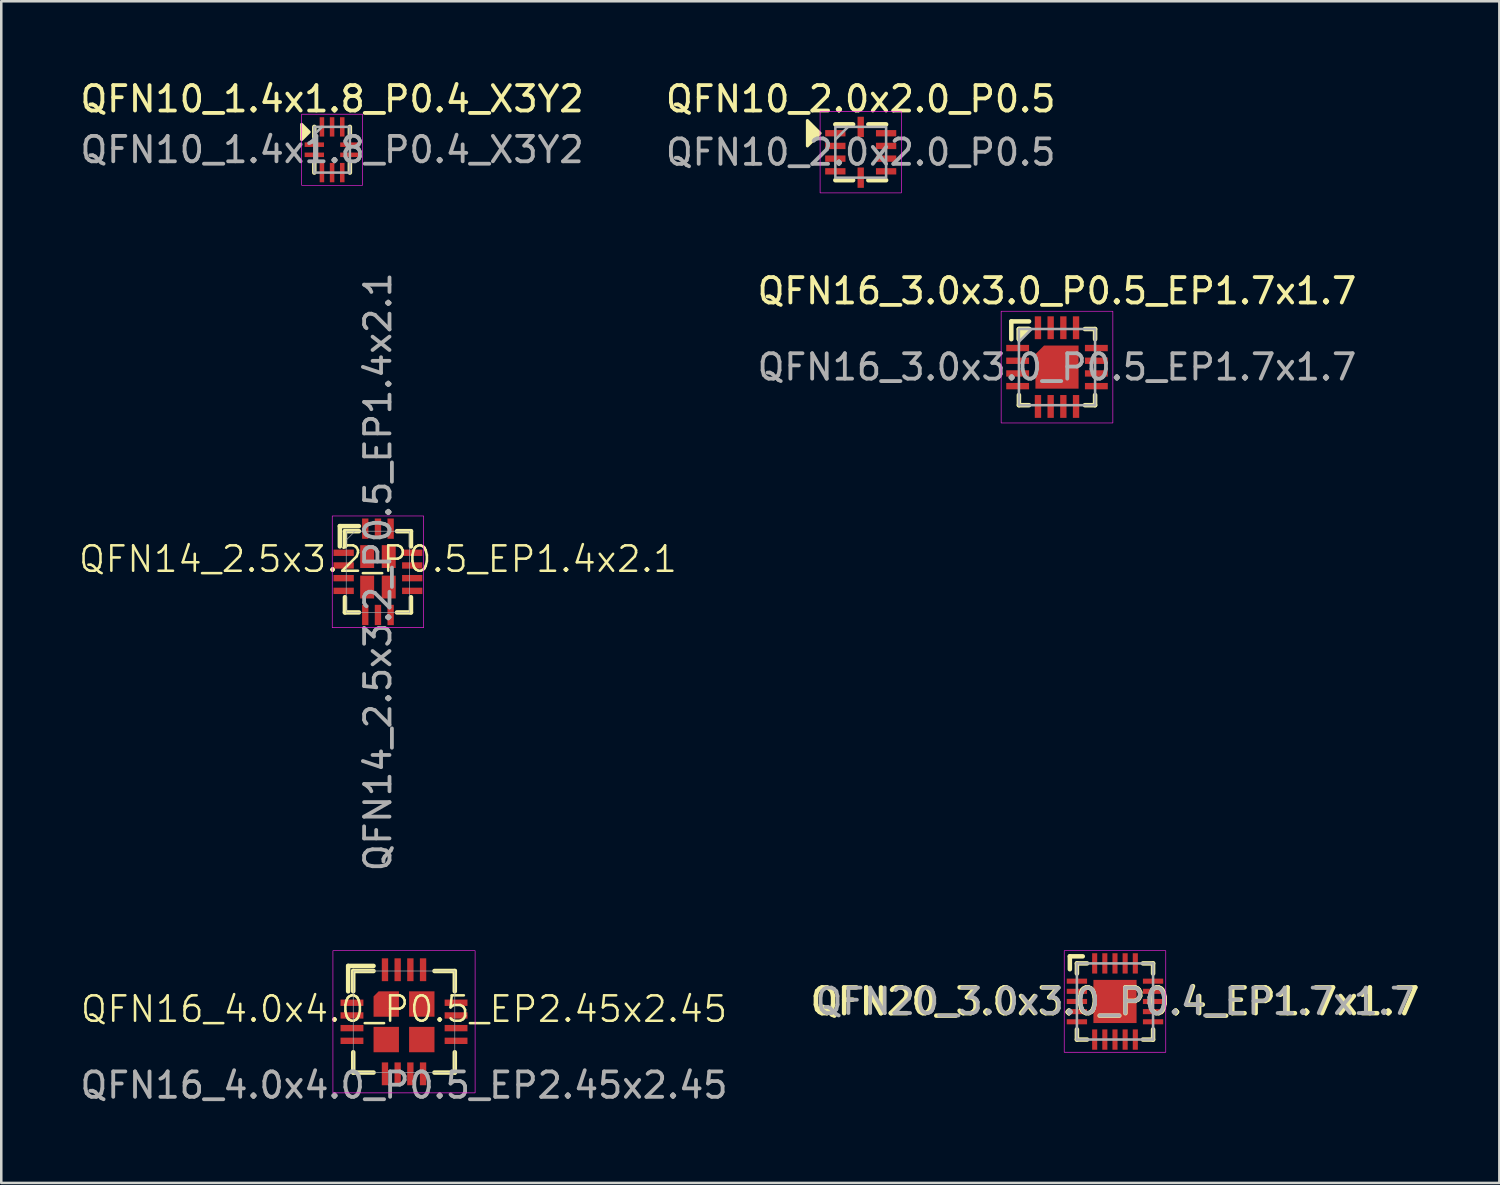
<source format=kicad_pcb>
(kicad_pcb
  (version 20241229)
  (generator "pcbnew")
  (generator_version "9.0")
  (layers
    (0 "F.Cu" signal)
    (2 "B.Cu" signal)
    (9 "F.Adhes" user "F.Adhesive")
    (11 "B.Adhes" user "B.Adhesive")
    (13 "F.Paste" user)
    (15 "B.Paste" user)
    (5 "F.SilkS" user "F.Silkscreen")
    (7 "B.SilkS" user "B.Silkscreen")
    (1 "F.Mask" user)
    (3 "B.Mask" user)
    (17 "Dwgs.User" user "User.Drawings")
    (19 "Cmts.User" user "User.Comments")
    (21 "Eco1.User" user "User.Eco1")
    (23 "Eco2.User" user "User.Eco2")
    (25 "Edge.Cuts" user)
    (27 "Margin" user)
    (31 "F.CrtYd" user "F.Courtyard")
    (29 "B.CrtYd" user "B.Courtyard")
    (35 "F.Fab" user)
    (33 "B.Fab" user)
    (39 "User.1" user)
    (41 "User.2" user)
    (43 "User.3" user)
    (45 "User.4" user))
  (footprint "QFN10_2.0x2.0_P0.5"
    (layer "F.Cu")
    (at 30.851 2.948)
    (property "Reference" "QFN10_2.0x2.0_P0.5" (at 0 -2.1 0) (unlocked yes) (layer "F.SilkS") (effects (font (size 1 1) (thickness 0.15))))
    (attr smd)
    (fp_line (start -1 -1.1) (end -0.3 -1.1) (stroke (width 0.178) (type solid)) (layer "F.SilkS"))
    (fp_line (start -1 1.1) (end -0.3 1.1) (stroke (width 0.178) (type solid)) (layer "F.SilkS"))
    (fp_line (start 0.3 -1.1) (end 1 -1.1) (stroke (width 0.178) (type solid)) (layer "F.SilkS"))
    (fp_line (start 0.3 1.1) (end 1 1.1) (stroke (width 0.178) (type solid)) (layer "F.SilkS"))
    (fp_poly (pts (xy -1.6 -0.75) (xy -2.1 -0.25) (xy -2.1 -1.25)) (stroke (width 0.12) (type solid)) (fill yes) (layer "F.SilkS"))
    (fp_rect (start -1.6 -1.6) (end 1.6 1.6) (stroke (width 0.025) (type solid)) (fill no) (layer "F.CrtYd"))
    (fp_line (start -1 -0.5) (end -0.5 -1) (stroke (width 0.1) (type solid)) (layer "F.Fab"))
    (fp_rect (start -1 1) (end 1 -1) (stroke (width 0.1) (type solid)) (fill no) (layer "F.Fab"))
    (fp_text user "${REFERENCE}" (at 0 0 0) (unlocked yes) (layer "F.Fab") (effects (font (size 1 1) (thickness 0.15))))
    (pad "1" smd roundrect (at -1 -0.75) (size 0.8 0.25) (layers "F.Cu" "F.Mask" "F.Paste") (roundrect_rratio 0) (chamfer_ratio 0.25) (chamfer top_right))
    (pad "2" smd rect (at -1 -0.25) (size 0.8 0.25) (layers "F.Cu" "F.Mask" "F.Paste"))
    (pad "3" smd rect (at -1 0.25) (size 0.8 0.25) (layers "F.Cu" "F.Mask" "F.Paste"))
    (pad "4" smd rect (at -1 0.75) (size 0.8 0.25) (layers "F.Cu" "F.Mask" "F.Paste"))
    (pad "5" smd rect (at 0 1) (size 0.25 0.8) (layers "F.Cu" "F.Mask" "F.Paste"))
    (pad "6" smd rect (at 1 0.75) (size 0.8 0.25) (layers "F.Cu" "F.Mask" "F.Paste"))
    (pad "7" smd rect (at 1 0.25) (size 0.8 0.25) (layers "F.Cu" "F.Mask" "F.Paste"))
    (pad "8" smd rect (at 1 -0.25) (size 0.8 0.25) (layers "F.Cu" "F.Mask" "F.Paste"))
    (pad "9" smd rect (at 1 -0.75) (size 0.8 0.25) (layers "F.Cu" "F.Mask" "F.Paste"))
    (pad "10" smd rect (at 0 -1) (size 0.25 0.8) (layers "F.Cu" "F.Mask" "F.Paste")))
  (footprint "QFN16_3.0x3.0_P0.5_EP1.7x1.7"
    (layer "F.Cu")
    (at 38.582 11.409)
    (property "Reference" "QFN16_3.0x3.0_P0.5_EP1.7x1.7" (at 0 -3 0) (unlocked yes) (layer "F.SilkS") (effects (font (size 1 1) (thickness 0.15))))
    (attr smd)
    (fp_line (start -1.8 -1.8) (end -1.1 -1.8) (stroke (width 0.178) (type solid)) (layer "F.SilkS"))
    (fp_line (start -1.8 -1.1) (end -1.8 -1.8) (stroke (width 0.178) (type solid)) (layer "F.SilkS"))
    (fp_line (start -1.5 -1.5) (end -1.1 -1.5) (stroke (width 0.178) (type solid)) (layer "F.SilkS"))
    (fp_line (start -1.5 -1.1) (end -1.5 -1.5) (stroke (width 0.178) (type solid)) (layer "F.SilkS"))
    (fp_line (start -1.5 1.1) (end -1.5 1.5) (stroke (width 0.178) (type solid)) (layer "F.SilkS"))
    (fp_line (start -1.5 1.5) (end -1.1 1.5) (stroke (width 0.178) (type solid)) (layer "F.SilkS"))
    (fp_line (start 1.1 -1.5) (end 1.5 -1.5) (stroke (width 0.178) (type solid)) (layer "F.SilkS"))
    (fp_line (start 1.1 1.5) (end 1.5 1.5) (stroke (width 0.178) (type solid)) (layer "F.SilkS"))
    (fp_line (start 1.5 -1.5) (end 1.5 -1.1) (stroke (width 0.178) (type solid)) (layer "F.SilkS"))
    (fp_line (start 1.5 1.5) (end 1.5 1.1) (stroke (width 0.178) (type solid)) (layer "F.SilkS"))
    (fp_poly (pts (xy -1.5 -1.1) (xy -1.5 -1.5) (xy -1.1 -1.5)) (stroke (width 0.178) (type solid)) (fill yes) (layer "F.SilkS"))
    (fp_rect (start -2.2 -2.2) (end 2.2 2.2) (stroke (width 0.025) (type solid)) (fill no) (layer "F.CrtYd"))
    (fp_line (start -1.5 -1) (end -1 -1.5) (stroke (width 0.1) (type solid)) (layer "F.Fab"))
    (fp_rect (start -1.5 -1.5) (end 1.5 1.5) (stroke (width 0.1) (type solid)) (fill no) (layer "F.Fab"))
    (fp_text user "${REFERENCE}" (at 0 0 0) (unlocked yes) (layer "F.Fab") (effects (font (size 1 1) (thickness 0.15))))
    (pad "1" smd rect (at -1.55 -0.75) (size 0.9 0.25) (layers "F.Cu" "F.Mask" "F.Paste"))
    (pad "2" smd rect (at -1.55 -0.25) (size 0.9 0.25) (layers "F.Cu" "F.Mask" "F.Paste"))
    (pad "3" smd rect (at -1.55 0.25) (size 0.9 0.25) (layers "F.Cu" "F.Mask" "F.Paste"))
    (pad "4" smd rect (at -1.55 0.75) (size 0.9 0.25) (layers "F.Cu" "F.Mask" "F.Paste"))
    (pad "5" smd rect (at -0.75 1.55) (size 0.25 0.9) (layers "F.Cu" "F.Mask" "F.Paste"))
    (pad "6" smd rect (at -0.25 1.55) (size 0.25 0.9) (layers "F.Cu" "F.Mask" "F.Paste"))
    (pad "7" smd rect (at 0.25 1.55) (size 0.25 0.9) (layers "F.Cu" "F.Mask" "F.Paste"))
    (pad "8" smd rect (at 0.75 1.55) (size 0.25 0.9) (layers "F.Cu" "F.Mask" "F.Paste"))
    (pad "9" smd rect (at 1.55 0.75) (size 0.9 0.25) (layers "F.Cu" "F.Mask" "F.Paste"))
    (pad "10" smd rect (at 1.55 0.25) (size 0.9 0.25) (layers "F.Cu" "F.Mask" "F.Paste"))
    (pad "11" smd rect (at 1.55 -0.25) (size 0.9 0.25) (layers "F.Cu" "F.Mask" "F.Paste"))
    (pad "12" smd rect (at 1.55 -0.75) (size 0.9 0.25) (layers "F.Cu" "F.Mask" "F.Paste"))
    (pad "13" smd rect (at 0.75 -1.55) (size 0.25 0.9) (layers "F.Cu" "F.Mask" "F.Paste"))
    (pad "14" smd rect (at 0.25 -1.55) (size 0.25 0.9) (layers "F.Cu" "F.Mask" "F.Paste"))
    (pad "15" smd rect (at -0.25 -1.55) (size 0.25 0.9) (layers "F.Cu" "F.Mask" "F.Paste"))
    (pad "16" smd rect (at -0.75 -1.55) (size 0.25 0.9) (layers "F.Cu" "F.Mask" "F.Paste"))
    (pad "17" smd roundrect (at 0 0) (size 1.7 1.7) (layers "F.Cu" "F.Mask" "F.Paste") (roundrect_rratio 0) (chamfer_ratio 0.2) (chamfer top_left)))
  (footprint "QFN14_2.5x3.2_P0.5_EP1.4x2.1"
    (layer "F.Cu")
    (at 11.836 19.472)
    (property "Reference" "QFN14_2.5x3.2_P0.5_EP1.4x2.1" (at 0 -0.5 0) (unlocked yes) (layer "F.SilkS") (effects (font (size 1 1) (thickness 0.1))))
    (attr smd)
    (fp_line (start -1.5 -1.8) (end -0.75 -1.8) (stroke (width 0.178) (type default)) (layer "F.SilkS"))
    (fp_line (start -1.5 -1) (end -1.5 -1.8) (stroke (width 0.178) (type default)) (layer "F.SilkS"))
    (fp_line (start -1.3 -1.6) (end -0.75 -1.6) (stroke (width 0.178) (type default)) (layer "F.SilkS"))
    (fp_line (start -1.3 -1) (end -1.3 -1.6) (stroke (width 0.178) (type default)) (layer "F.SilkS"))
    (fp_line (start -1.3 1.6) (end -1.3 1) (stroke (width 0.178) (type default)) (layer "F.SilkS"))
    (fp_line (start -0.75 1.6) (end -1.3 1.6) (stroke (width 0.178) (type default)) (layer "F.SilkS"))
    (fp_line (start 0.75 -1.6) (end 1.3 -1.6) (stroke (width 0.178) (type default)) (layer "F.SilkS"))
    (fp_line (start 0.75 1.6) (end 1.3 1.6) (stroke (width 0.178) (type default)) (layer "F.SilkS"))
    (fp_line (start 1.3 -1.6) (end 1.3 -1) (stroke (width 0.178) (type default)) (layer "F.SilkS"))
    (fp_line (start 1.3 1.6) (end 1.3 1) (stroke (width 0.178) (type default)) (layer "F.SilkS"))
    (fp_rect (start -1.8 -2.2) (end 1.8 2.2) (stroke (width 0.025) (type default)) (fill no) (layer "F.CrtYd"))
    (fp_line (start -0.9 -1.6) (end -1.25 -1.25) (stroke (width 0.025) (type default)) (layer "F.Fab"))
    (fp_rect (start -1.25 -1.6) (end 1.25 1.6) (stroke (width 0.025) (type default)) (fill no) (layer "F.Fab"))
    (fp_text user "${REFERENCE}" (at 0 0 90) (unlocked yes) (layer "F.Fab") (effects (font (size 1 1) (thickness 0.15))))
    (pad "1" smd rect (at -1.35 -0.75) (size 0.8 0.25) (layers "F.Cu" "F.Mask" "F.Paste"))
    (pad "2" smd rect (at -1.35 -0.25) (size 0.8 0.25) (layers "F.Cu" "F.Mask" "F.Paste"))
    (pad "3" smd rect (at -1.35 0.25) (size 0.8 0.25) (layers "F.Cu" "F.Mask" "F.Paste"))
    (pad "4" smd rect (at -1.35 0.75) (size 0.8 0.25) (layers "F.Cu" "F.Mask" "F.Paste"))
    (pad "5" smd rect (at -0.5 1.7) (size 0.25 0.8) (layers "F.Cu" "F.Mask" "F.Paste"))
    (pad "6" smd rect (at 0 1.7) (size 0.25 0.8) (layers "F.Cu" "F.Mask" "F.Paste"))
    (pad "7" smd rect (at 0.5 1.7) (size 0.25 0.8) (layers "F.Cu" "F.Mask" "F.Paste"))
    (pad "8" smd rect (at 1.35 0.75) (size 0.8 0.25) (layers "F.Cu" "F.Mask" "F.Paste"))
    (pad "9" smd rect (at 1.35 0.25) (size 0.8 0.25) (layers "F.Cu" "F.Mask" "F.Paste"))
    (pad "10" smd rect (at 1.35 -0.25) (size 0.8 0.25) (layers "F.Cu" "F.Mask" "F.Paste"))
    (pad "11" smd rect (at 1.35 -0.75) (size 0.8 0.25) (layers "F.Cu" "F.Mask" "F.Paste"))
    (pad "12" smd rect (at 0.5 -1.7) (size 0.25 0.8) (layers "F.Cu" "F.Mask" "F.Paste"))
    (pad "13" smd rect (at 0 -1.7) (size 0.25 0.8) (layers "F.Cu" "F.Mask" "F.Paste"))
    (pad "14" smd rect (at -0.5 -1.7) (size 0.25 0.8) (layers "F.Cu" "F.Mask" "F.Paste"))
    (pad "15" smd rect (at -0.425 -0.6) (size 0.55 0.9) (layers "F.Cu" "F.Mask" "F.Paste"))
    (pad "15" smd rect (at -0.425 0.6) (size 0.55 0.9) (layers "F.Cu" "F.Mask" "F.Paste"))
    (pad "15" smd rect (at 0.425 -0.6) (size 0.55 0.9) (layers "F.Cu" "F.Mask" "F.Paste"))
    (pad "15" smd rect (at 0.425 0.6) (size 0.55 0.9) (layers "F.Cu" "F.Mask" "F.Paste")))
  (footprint "QFN10_1.4x1.8_P0.4_X3Y2"
    (layer "F.Cu")
    (at 10.03 2.848)
    (property "Reference" "QFN10_1.4x1.8_P0.4_X3Y2" (at 0 -2 0) (unlocked yes) (layer "F.SilkS") (effects (font (size 1 1) (thickness 0.15))))
    (attr smd)
    (fp_line (start -0.7 -0.5) (end -0.7 -0.9) (stroke (width 0.178) (type solid)) (layer "F.SilkS"))
    (fp_line (start -0.7 0.5) (end -0.7 0.9) (stroke (width 0.178) (type solid)) (layer "F.SilkS"))
    (fp_line (start 0.7 -0.5) (end 0.7 -0.9) (stroke (width 0.178) (type solid)) (layer "F.SilkS"))
    (fp_line (start 0.7 0.9) (end 0.7 0.5) (stroke (width 0.178) (type solid)) (layer "F.SilkS"))
    (fp_poly (pts (xy -0.9 -0.7) (xy -1.2 -0.4) (xy -1.2 -1)) (stroke (width 0.12) (type solid)) (fill yes) (layer "F.SilkS"))
    (fp_rect (start -1.2 -1.4) (end 1.2 1.4) (stroke (width 0.025) (type solid)) (fill no) (layer "F.CrtYd"))
    (fp_line (start -0.7 -0.6) (end -0.4 -0.9) (stroke (width 0.1) (type solid)) (layer "F.Fab"))
    (fp_rect (start -0.7 0.9) (end 0.7 -0.9) (stroke (width 0.1) (type solid)) (fill no) (layer "F.Fab"))
    (fp_text user "${REFERENCE}" (at 0 0 0) (unlocked yes) (layer "F.Fab") (effects (font (size 1 1) (thickness 0.15))))
    (pad "1" smd rect (at -0.7 -0.2) (size 0.762 0.178) (layers "F.Cu" "F.Mask" "F.Paste"))
    (pad "2" smd rect (at -0.7 0.2) (size 0.762 0.178) (layers "F.Cu" "F.Mask" "F.Paste"))
    (pad "3" smd rect (at -0.4 0.9) (size 0.178 0.762) (layers "F.Cu" "F.Mask" "F.Paste"))
    (pad "4" smd rect (at 0 0.9) (size 0.178 0.762) (layers "F.Cu" "F.Mask" "F.Paste"))
    (pad "5" smd rect (at 0.4 0.9) (size 0.178 0.762) (layers "F.Cu" "F.Mask" "F.Paste"))
    (pad "6" smd rect (at 0.7 0.2) (size 0.762 0.178) (layers "F.Cu" "F.Mask" "F.Paste"))
    (pad "7" smd rect (at 0.7 -0.2) (size 0.762 0.178) (layers "F.Cu" "F.Mask" "F.Paste"))
    (pad "8" smd rect (at 0.4 -0.9) (size 0.178 0.762) (layers "F.Cu" "F.Mask" "F.Paste"))
    (pad "9" smd rect (at 0 -0.9) (size 0.178 0.762) (layers "F.Cu" "F.Mask" "F.Paste"))
    (pad "10" smd rect (at -0.4 -0.9) (size 0.178 0.762) (layers "F.Cu" "F.Mask" "F.Paste")))
  (footprint "QFN16_4.0x4.0_P0.5_EP2.45x2.45"
    (layer "F.Cu")
    (at 12.863 37.195)
    (property "Reference" "QFN16_4.0x4.0_P0.5_EP2.45x2.45" (at 0 -0.5 0) (unlocked yes) (layer "F.SilkS") (effects (font (size 1 1) (thickness 0.1))))
    (attr smd)
    (fp_line (start -2.2 -2.2) (end -1.2 -2.2) (stroke (width 0.178) (type default)) (layer "F.SilkS"))
    (fp_line (start -2.2 -1.2) (end -2.2 -2.2) (stroke (width 0.178) (type default)) (layer "F.SilkS"))
    (fp_line (start -2 -1.2) (end -2 -2) (stroke (width 0.178) (type default)) (layer "F.SilkS"))
    (fp_line (start -2 1.2) (end -2 2) (stroke (width 0.178) (type default)) (layer "F.SilkS"))
    (fp_line (start -1.2 -2) (end -2 -2) (stroke (width 0.178) (type default)) (layer "F.SilkS"))
    (fp_line (start -1.2 2) (end -2 2) (stroke (width 0.178) (type default)) (layer "F.SilkS"))
    (fp_line (start 1.2 2) (end 2 2) (stroke (width 0.178) (type default)) (layer "F.SilkS"))
    (fp_line (start 2 -2) (end 1.2 -2) (stroke (width 0.178) (type default)) (layer "F.SilkS"))
    (fp_line (start 2 -1.2) (end 2 -2) (stroke (width 0.178) (type default)) (layer "F.SilkS"))
    (fp_line (start 2 1.2) (end 2 2) (stroke (width 0.178) (type default)) (layer "F.SilkS"))
    (fp_rect (start -2.8 2.8) (end 2.8 -2.8) (stroke (width 0.025) (type default)) (fill no) (layer "F.CrtYd"))
    (fp_rect (start -2 2) (end 2 -2) (stroke (width 0.025) (type default)) (fill no) (layer "F.Fab"))
    (fp_text user "${REFERENCE}" (at 0 2.5 0) (unlocked yes) (layer "F.Fab") (effects (font (size 1 1) (thickness 0.15))))
    (pad "1" smd rect (at -2.05 -0.75) (size 0.9 0.25) (layers "F.Cu" "F.Mask" "F.Paste"))
    (pad "2" smd rect (at -2.05 -0.25) (size 0.9 0.25) (layers "F.Cu" "F.Mask" "F.Paste"))
    (pad "3" smd rect (at -2.05 0.25) (size 0.9 0.25) (layers "F.Cu" "F.Mask" "F.Paste"))
    (pad "4" smd rect (at -2.05 0.75) (size 0.9 0.25) (layers "F.Cu" "F.Mask" "F.Paste"))
    (pad "5" smd rect (at -0.75 2.05) (size 0.25 0.9) (layers "F.Cu" "F.Mask" "F.Paste"))
    (pad "6" smd rect (at -0.25 2.05) (size 0.25 0.9) (layers "F.Cu" "F.Mask" "F.Paste"))
    (pad "7" smd rect (at 0.25 2.05) (size 0.25 0.9) (layers "F.Cu" "F.Mask" "F.Paste"))
    (pad "8" smd rect (at 0.75 2.05) (size 0.25 0.9) (layers "F.Cu" "F.Mask" "F.Paste"))
    (pad "9" smd rect (at 2.05 0.75) (size 0.9 0.25) (layers "F.Cu" "F.Mask" "F.Paste"))
    (pad "10" smd rect (at 2.05 0.25) (size 0.9 0.25) (layers "F.Cu" "F.Mask" "F.Paste"))
    (pad "11" smd rect (at 2.05 -0.25) (size 0.9 0.25) (layers "F.Cu" "F.Mask" "F.Paste"))
    (pad "12" smd rect (at 2.05 -0.75) (size 0.9 0.25) (layers "F.Cu" "F.Mask" "F.Paste"))
    (pad "13" smd rect (at 0.75 -2.05) (size 0.25 0.9) (layers "F.Cu" "F.Mask" "F.Paste"))
    (pad "14" smd rect (at 0.25 -2.05) (size 0.25 0.9) (layers "F.Cu" "F.Mask" "F.Paste"))
    (pad "15" smd rect (at -0.25 -2.05) (size 0.25 0.9) (layers "F.Cu" "F.Mask" "F.Paste"))
    (pad "16" smd rect (at -0.75 -2.05) (size 0.25 0.9) (layers "F.Cu" "F.Mask" "F.Paste"))
    (pad "17" smd roundrect (at -0.7 -0.7) (size 1 1) (layers "F.Cu" "F.Mask" "F.Paste") (roundrect_rratio 0) (chamfer_ratio 0.2) (chamfer top_left))
    (pad "17" smd rect (at -0.7 0.7) (size 1 1) (layers "F.Cu" "F.Mask" "F.Paste"))
    (pad "17" smd rect (at 0.7 -0.7) (size 1 1) (layers "F.Cu" "F.Mask" "F.Paste"))
    (pad "17" smd rect (at 0.7 0.7) (size 1 1) (layers "F.Cu" "F.Mask" "F.Paste")))
  (footprint "QFN20_3.0x3.0_P0.4_EP1.7x1.7"
    (layer "F.Cu")
    (at 40.866 36.395)
    (property "Reference" "QFN20_3.0x3.0_P0.4_EP1.7x1.7" (at 0 0 0) (layer "F.SilkS") (effects (font (size 1.016 1.016) (thickness 0.178))))
    (attr smd)
    (fp_line (start -1.778 -1.778) (end -1.27 -1.778) (stroke (width 0.178) (type solid)) (layer "F.SilkS"))
    (fp_line (start -1.778 -1.27) (end -1.778 -1.778) (stroke (width 0.178) (type solid)) (layer "F.SilkS"))
    (fp_line (start -1.5 -1.5) (end -1.1 -1.5) (stroke (width 0.178) (type solid)) (layer "F.SilkS"))
    (fp_line (start -1.5 -1.1) (end -1.5 -1.5) (stroke (width 0.178) (type solid)) (layer "F.SilkS"))
    (fp_line (start -1.5 1.5) (end -1.5 1.1) (stroke (width 0.178) (type solid)) (layer "F.SilkS"))
    (fp_line (start -1.1 1.5) (end -1.5 1.5) (stroke (width 0.178) (type solid)) (layer "F.SilkS"))
    (fp_line (start 1.1 -1.5) (end 1.5 -1.5) (stroke (width 0.178) (type solid)) (layer "F.SilkS"))
    (fp_line (start 1.5 -1.5) (end 1.5 -1.1) (stroke (width 0.178) (type solid)) (layer "F.SilkS"))
    (fp_line (start 1.5 1.1) (end 1.5 1.5) (stroke (width 0.178) (type solid)) (layer "F.SilkS"))
    (fp_line (start 1.5 1.5) (end 1.1 1.5) (stroke (width 0.178) (type solid)) (layer "F.SilkS"))
    (fp_rect (start -2 -2) (end 2 2) (stroke (width 0.025) (type solid)) (fill no) (layer "F.CrtYd"))
    (fp_line (start -1.5 -1.5) (end -1.5 1.5) (stroke (width 0.1) (type solid)) (layer "F.Fab"))
    (fp_line (start -1.5 -1.5) (end 1.5 -1.5) (stroke (width 0.1) (type solid)) (layer "F.Fab"))
    (fp_line (start -1.5 1.5) (end 1.5 1.5) (stroke (width 0.1) (type solid)) (layer "F.Fab"))
    (fp_line (start 1.5 -1.5) (end 1.5 1.5) (stroke (width 0.1) (type solid)) (layer "F.Fab"))
    (fp_text user "${REFERENCE}" (at 0 0 0) (layer "F.Fab") (effects (font (size 1 1) (thickness 0.15))))
    (pad "1" smd rect (at -1.5 -0.8) (size 0.8 0.2) (layers "F.Cu" "F.Mask" "F.Paste"))
    (pad "2" smd rect (at -1.5 -0.4) (size 0.8 0.2) (layers "F.Cu" "F.Mask" "F.Paste"))
    (pad "3" smd rect (at -1.5 0) (size 0.8 0.2) (layers "F.Cu" "F.Mask" "F.Paste"))
    (pad "4" smd rect (at -1.5 0.4) (size 0.8 0.2) (layers "F.Cu" "F.Mask" "F.Paste"))
    (pad "5" smd rect (at -1.5 0.8) (size 0.8 0.2) (layers "F.Cu" "F.Mask" "F.Paste"))
    (pad "6" smd rect (at -0.8 1.5 90) (size 0.8 0.2) (layers "F.Cu" "F.Mask" "F.Paste"))
    (pad "7" smd rect (at -0.4 1.5 90) (size 0.8 0.2) (layers "F.Cu" "F.Mask" "F.Paste"))
    (pad "8" smd rect (at 0 1.5 90) (size 0.8 0.2) (layers "F.Cu" "F.Mask" "F.Paste"))
    (pad "9" smd rect (at 0.4 1.5 90) (size 0.8 0.2) (layers "F.Cu" "F.Mask" "F.Paste"))
    (pad "10" smd rect (at 0.8 1.5 90) (size 0.8 0.2) (layers "F.Cu" "F.Mask" "F.Paste"))
    (pad "11" smd rect (at 1.5 0.8) (size 0.8 0.2) (layers "F.Cu" "F.Mask" "F.Paste"))
    (pad "12" smd rect (at 1.5 0.4) (size 0.8 0.2) (layers "F.Cu" "F.Mask" "F.Paste"))
    (pad "13" smd rect (at 1.5 0) (size 0.8 0.2) (layers "F.Cu" "F.Mask" "F.Paste"))
    (pad "14" smd rect (at 1.5 -0.4) (size 0.8 0.2) (layers "F.Cu" "F.Mask" "F.Paste"))
    (pad "15" smd rect (at 1.5 -0.8) (size 0.8 0.2) (layers "F.Cu" "F.Mask" "F.Paste"))
    (pad "16" smd rect (at 0.8 -1.5 90) (size 0.8 0.2) (layers "F.Cu" "F.Mask" "F.Paste"))
    (pad "17" smd rect (at 0.4 -1.5 90) (size 0.8 0.2) (layers "F.Cu" "F.Mask" "F.Paste"))
    (pad "18" smd rect (at 0 -1.5 90) (size 0.8 0.2) (layers "F.Cu" "F.Mask" "F.Paste"))
    (pad "19" smd rect (at -0.4 -1.5 90) (size 0.8 0.2) (layers "F.Cu" "F.Mask" "F.Paste"))
    (pad "20" smd rect (at -0.8 -1.5 90) (size 0.8 0.2) (layers "F.Cu" "F.Mask" "F.Paste"))
    (pad "21" smd rect (at 0 0 90) (size 1.7 1.7) (layers "F.Cu" "F.Mask" "F.Paste")))
  (gr_rect
    (start -3 -3)
    (end 56.005 43.543)
    (stroke (width 0.1) (type default))
    (fill no)
    (layer "Edge.Cuts")))
</source>
